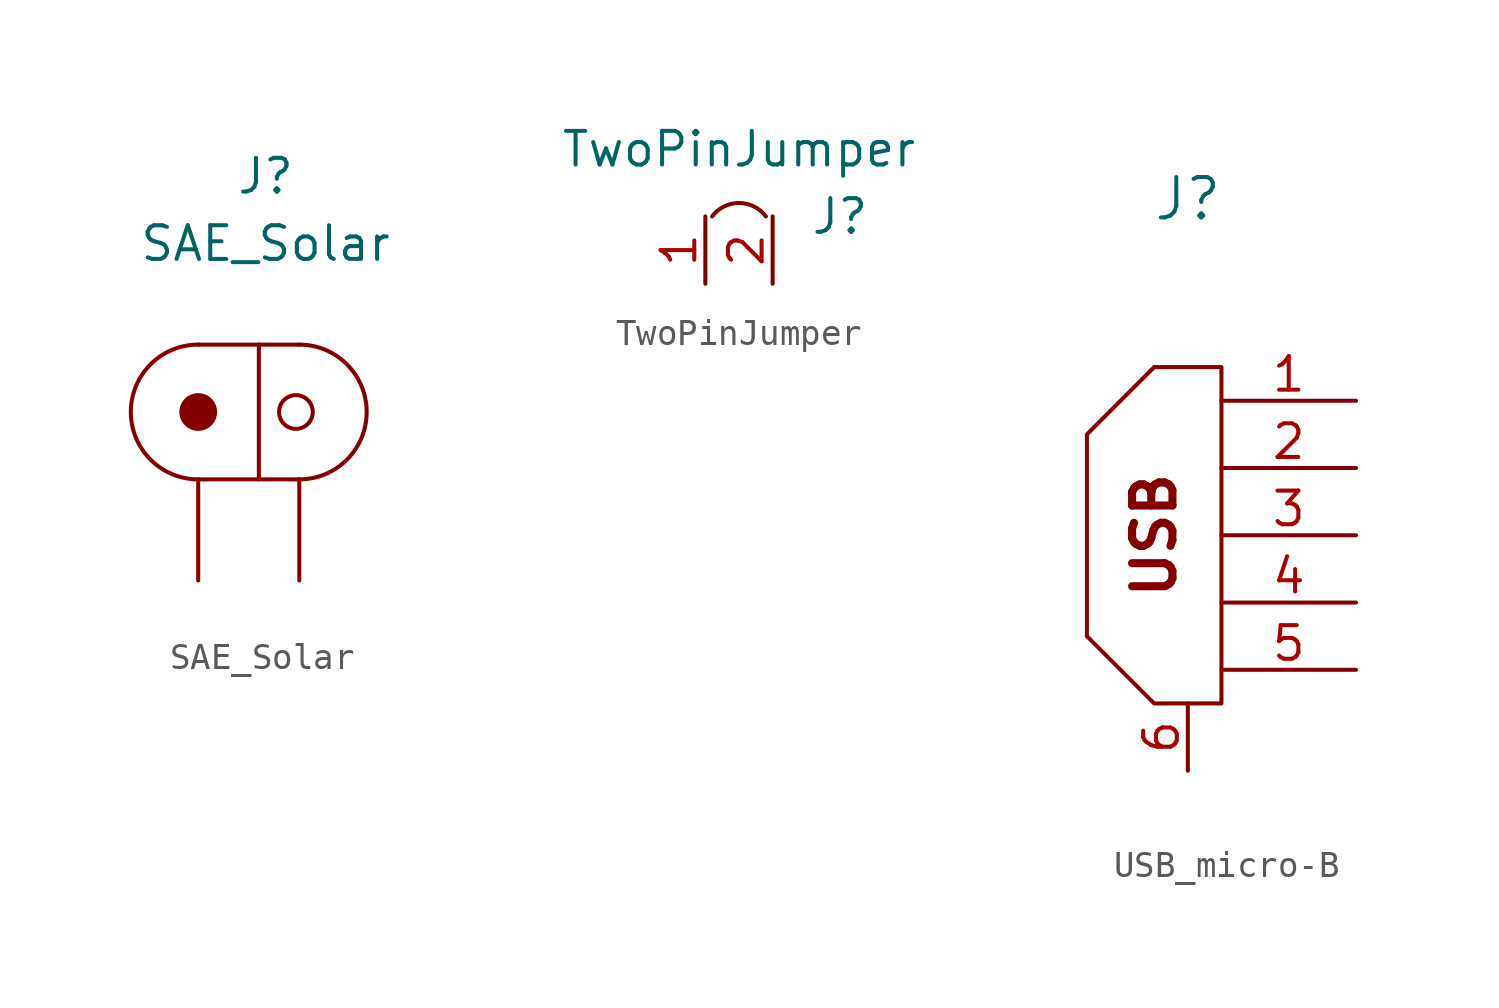
<source format=kicad_sym>
(kicad_symbol_lib
  (version 20231120)
  (generator "kicad_symbol_editor")
  (generator_version "8.0")
  (symbol "SAE_Solar"
    (pin_names
      (offset 1.016))
    (property "Reference" "J"
      (at 0 8.89 0)
      (effects (font (size 1.27 1.27))))
    (property "Value" "SAE_Solar"
      (at 0 6.35 0)
      (effects (font (size 1.27 1.27))))
    (symbol "SAE_Solar_0_1"
      (circle (center -2.54 0) (radius 0.635) (stroke (width 0) (type default)) (fill (type outline)))
      (arc (start -2.54 2.54) (mid -5.0689 0) (end -2.54 -2.54) (stroke (width 0) (type default)) (fill (type none)))
      (polyline (pts (xy -2.54 2.54) (xy 1.27 2.54)) (stroke (width 0) (type default)) (fill (type none)))
      (polyline (pts (xy 1.27 -2.54) (xy -2.54 -2.54)) (stroke (width 0) (type default)) (fill (type none)))
      (polyline (pts (xy -0.254 2.54) (xy -0.254 -2.413) (xy -0.254 -2.54)) (stroke (width 0) (type default)) (fill (type none)))
      (circle (center 1.143 0) (radius 0.635) (stroke (width 0) (type default)) (fill (type none)))
      (arc (start 1.27 -2.54) (mid 3.7989 0) (end 1.27 2.54) (stroke (width 0) (type default)) (fill (type none))))
    (symbol "SAE_Solar_1_1"
      (pin input line (at -2.54 -6.35 90) (length 3.81) (name "~" (effects (font (size 1.27 1.27)))) (number "~" (effects (font (size 1.27 1.27)))))
      (pin input line (at 1.27 -6.35 90) (length 3.81) (name "~" (effects (font (size 1.27 1.27)))) (number "~" (effects (font (size 1.27 1.27)))))))
  (symbol "TwoPinJumper"
    (pin_names
      (offset 1.016))
    (property "Reference" "J"
      (at 3.81 2.54 0)
      (effects (font (size 1.27 1.27))))
    (property "Value" "TwoPinJumper"
      (at 0 5.08 0)
      (effects (font (size 1.27 1.27))))
    (symbol "TwoPinJumper_0_1"
      (arc (start 1.016 2.54) (mid 0 3.048) (end -1.016 2.54) (stroke (width 0) (type default)) (fill (type none))))
    (symbol "TwoPinJumper_1_1"
      (pin bidirectional line (at -1.27 0 90) (length 2.54) (name "~" (effects (font (size 0.635 0.635)))) (number "1" (effects (font (size 1.27 1.27)))))
      (pin bidirectional line (at 1.27 0 90) (length 2.54) (name "~" (effects (font (size 0.635 0.635)))) (number "2" (effects (font (size 1.27 1.27)))))))
  (symbol "USB_micro-B"
    (pin_names
      (offset 1.016))
    (property "Reference" "J"
      (at -1.27 11.43 0)
      (effects (font (size 1.524 1.524))))
    (property "Footprint" ""
      (at 0 0 0)
      (effects (font (size 1.524 1.524))))
    (property "Datasheet" ""
      (at 0 0 0)
      (effects (font (size 1.524 1.524))))
    (symbol "USB_micro-B_0_0"
      (polyline (pts (xy -2.54 5.08) (xy 0 5.08) (xy 0 -5.08) (xy 0 -7.62) (xy -2.54 -7.62) (xy -5.08 -5.08)) (stroke (width 0) (type default)) (fill (type none)))
      (text "USB" (at -2.54 -1.27 900) (effects (font (size 1.524 1.524) (bold yes)))))
    (symbol "USB_micro-B_0_1"
      (polyline (pts (xy -2.54 5.08) (xy -5.08 2.54) (xy -5.08 -5.08)) (stroke (width 0) (type default)) (fill (type none))))
    (symbol "USB_micro-B_1_1"
      (pin input line (at 5.08 3.81 180) (length 5.08) (name "~" (effects (font (size 1.27 1.27)))) (number "1" (effects (font (size 1.27 1.27)))))
      (pin input line (at 5.08 1.27 180) (length 5.08) (name "~" (effects (font (size 1.27 1.27)))) (number "2" (effects (font (size 1.27 1.27)))))
      (pin input line (at 5.08 -1.27 180) (length 5.08) (name "~" (effects (font (size 1.27 1.27)))) (number "3" (effects (font (size 1.27 1.27)))))
      (pin input line (at 5.08 -3.81 180) (length 5.08) (name "~" (effects (font (size 1.27 1.27)))) (number "4" (effects (font (size 1.27 1.27)))))
      (pin input line (at 5.08 -6.35 180) (length 5.08) (name "~" (effects (font (size 1.27 1.27)))) (number "5" (effects (font (size 1.27 1.27)))))
      (pin input line (at -1.27 -10.16 90) (length 2.54) (name "~" (effects (font (size 1.27 1.27)))) (number "6" (effects (font (size 1.27 1.27))))))))
</source>
